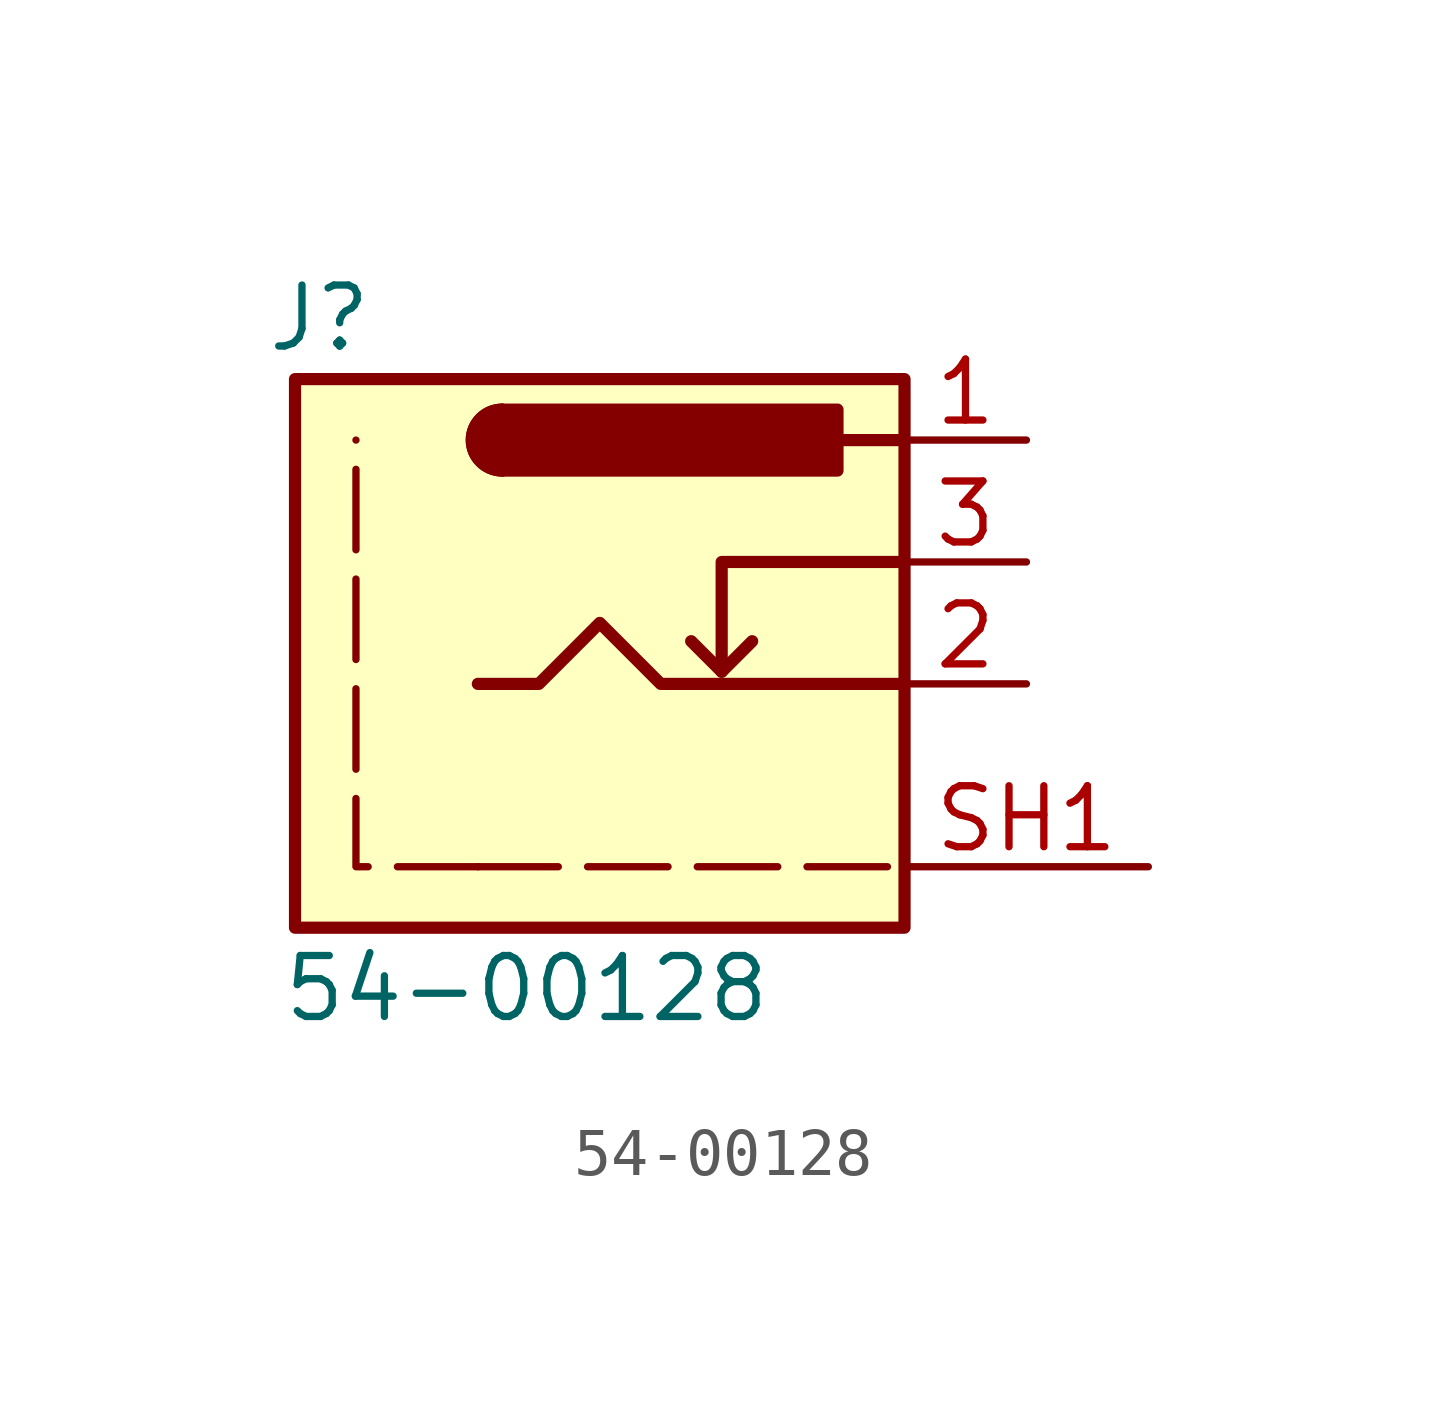
<source format=kicad_sym>
(kicad_symbol_lib
  (version 20241209)
  (generator "kicad_symbol_editor")
  (generator_version "9.0")
  (symbol "54-00128"
    (pin_names
      (hide yes))
    (property "Reference" "J"
      (at -7.112 11.43 0)
      (effects (font (size 1.27 1.27))))
    (property "Value" "54-00128"
      (at -2.794 -2.54 0)
      (effects (font (size 1.27 1.27))))
    (symbol "54-00128_0_1"
      (rectangle (start -7.62 10.16) (end 5.08 -1.27) (stroke (width 0.254) (type default)) (fill (type background)))
      (polyline (pts (xy -3.81 3.81) (xy -2.54 3.81) (xy -1.27 5.08) (xy 0 3.81) (xy 2.54 3.81) (xy 5.08 3.81)) (stroke (width 0.254) (type default)) (fill (type none)))
      (arc (start -3.302 8.255) (mid -3.9343 8.89) (end -3.302 9.525) (stroke (width 0.254) (type default)) (fill (type none)))
      (arc (start -3.302 8.255) (mid -3.9343 8.89) (end -3.302 9.525) (stroke (width 0.254) (type default)) (fill (type outline)))
      (polyline (pts (xy 1.27 4.064) (xy 1.905 4.699)) (stroke (width 0.254) (type default)) (fill (type none)))
      (rectangle (start 3.683 9.525) (end -3.302 8.255) (stroke (width 0.254) (type default)) (fill (type outline)))
      (polyline (pts (xy 5.08 8.89) (xy 3.81 8.89)) (stroke (width 0.254) (type default)) (fill (type none)))
      (polyline (pts (xy 5.08 6.35) (xy 1.27 6.35) (xy 1.27 4.064) (xy 0.635 4.699)) (stroke (width 0.254) (type default)) (fill (type none))))
    (symbol "54-00128_1_1"
      (polyline (pts (xy -3.81 0) (xy 5.08 0)) (stroke (width 0) (type dash)) (fill (type none)))
      (polyline (pts (xy -3.81 0) (xy -6.35 0) (xy -6.35 8.89)) (stroke (width 0) (type dash)) (fill (type none)))
      (pin power_out line (at 7.62 8.89 180) (length 2.54) (name "~" (effects (font (size 1.27 1.27)))) (number "1" (effects (font (size 1.27 1.27)))))
      (pin passive line (at 7.62 6.35 180) (length 2.54) (name "~" (effects (font (size 1.27 1.27)))) (number "3" (effects (font (size 1.27 1.27)))))
      (pin power_in line (at 7.62 3.81 180) (length 2.54) (name "~" (effects (font (size 1.27 1.27)))) (number "2" (effects (font (size 1.27 1.27)))))
      (pin passive line (at 10.16 0 180) (length 5.08) (name "~" (effects (font (size 1.27 1.27)))) (number "SH1" (effects (font (size 1.27 1.27)))))
      (pin passive line (at 10.16 0 180) (length 5.08) (hide yes) (name "~" (effects (font (size 1.27 1.27)))) (number "SH2" (effects (font (size 1.27 1.27))))))))
</source>
